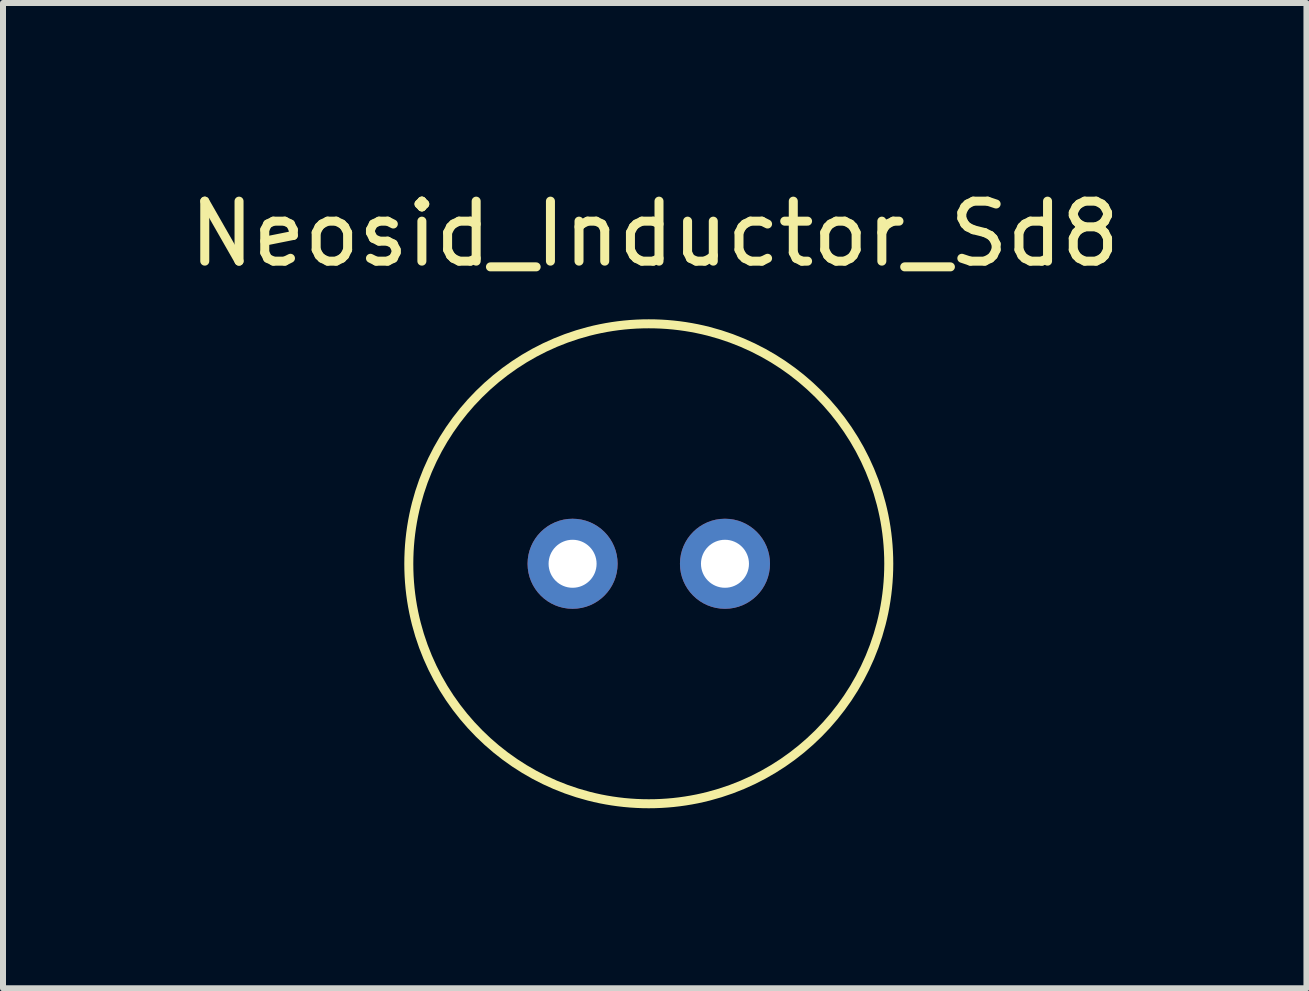
<source format=kicad_pcb>
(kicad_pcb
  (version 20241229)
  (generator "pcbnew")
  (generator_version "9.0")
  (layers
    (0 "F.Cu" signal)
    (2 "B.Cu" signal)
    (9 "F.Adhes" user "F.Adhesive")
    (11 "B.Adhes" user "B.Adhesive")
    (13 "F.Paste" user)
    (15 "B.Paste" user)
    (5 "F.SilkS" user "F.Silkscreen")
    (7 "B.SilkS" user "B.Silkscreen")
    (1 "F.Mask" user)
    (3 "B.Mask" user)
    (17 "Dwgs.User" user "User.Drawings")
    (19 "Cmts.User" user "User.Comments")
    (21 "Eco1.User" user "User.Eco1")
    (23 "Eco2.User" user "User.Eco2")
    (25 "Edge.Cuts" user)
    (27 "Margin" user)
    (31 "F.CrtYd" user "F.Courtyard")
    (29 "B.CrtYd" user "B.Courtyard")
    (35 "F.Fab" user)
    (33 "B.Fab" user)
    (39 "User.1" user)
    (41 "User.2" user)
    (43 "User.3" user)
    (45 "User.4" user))
  (footprint "Neosid_Inductor_Sd8"
    (layer "F.Cu")
    (at 7.764 6.347)
    (property "Reference" "Neosid_Inductor_Sd8" (at 0.099 -5.499 0) (layer "F.SilkS") (effects (font (size 1 1) (thickness 0.15))))
    (attr through_hole)
    (fp_circle (center 0 0) (end 4 0) (stroke (width 0.15) (type solid)) (fill no) (layer "F.SilkS"))
    (pad "1" thru_hole circle (at -1.27 0) (size 1.501 1.501) (drill 0.8) (layers "*.Cu" "*.Mask"))
    (pad "2" thru_hole circle (at 1.27 0) (size 1.501 1.501) (drill 0.8) (layers "*.Cu" "*.Mask")))
  (gr_rect
    (start -3 -3)
    (end 18.726 13.423)
    (stroke (width 0.1) (type default))
    (fill no)
    (layer "Edge.Cuts")))
</source>
